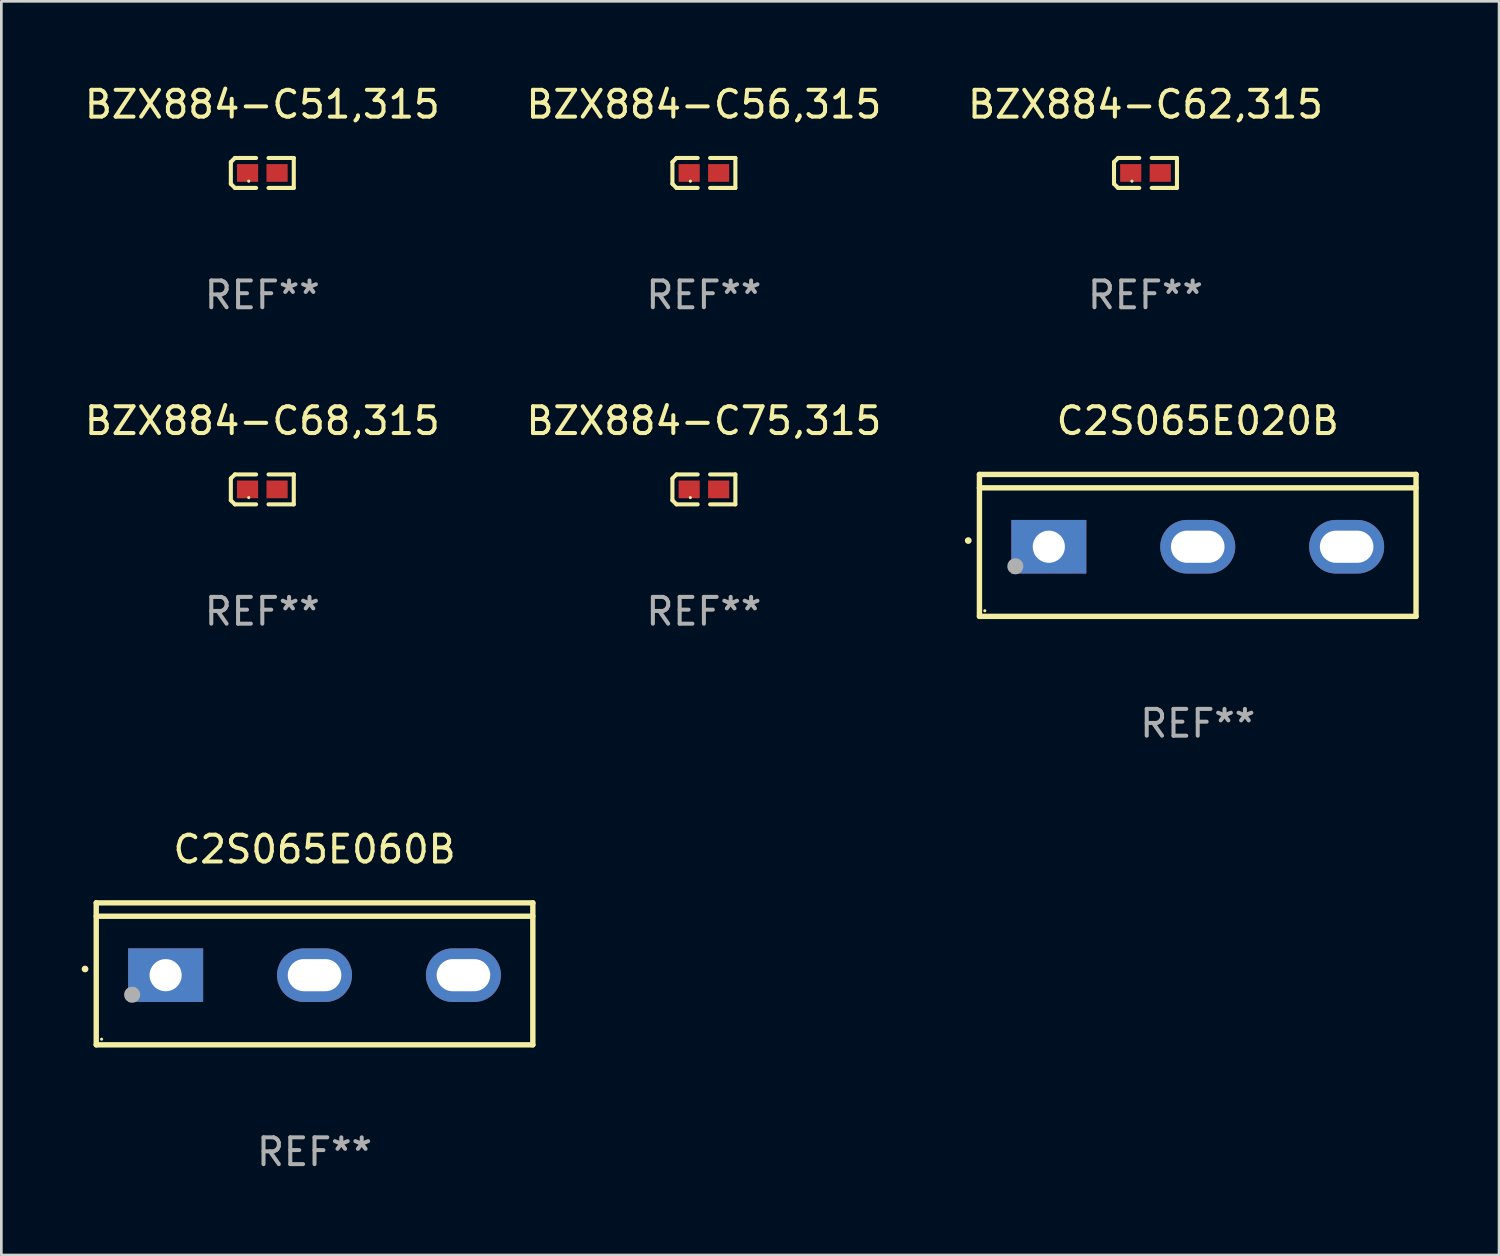
<source format=kicad_pcb>
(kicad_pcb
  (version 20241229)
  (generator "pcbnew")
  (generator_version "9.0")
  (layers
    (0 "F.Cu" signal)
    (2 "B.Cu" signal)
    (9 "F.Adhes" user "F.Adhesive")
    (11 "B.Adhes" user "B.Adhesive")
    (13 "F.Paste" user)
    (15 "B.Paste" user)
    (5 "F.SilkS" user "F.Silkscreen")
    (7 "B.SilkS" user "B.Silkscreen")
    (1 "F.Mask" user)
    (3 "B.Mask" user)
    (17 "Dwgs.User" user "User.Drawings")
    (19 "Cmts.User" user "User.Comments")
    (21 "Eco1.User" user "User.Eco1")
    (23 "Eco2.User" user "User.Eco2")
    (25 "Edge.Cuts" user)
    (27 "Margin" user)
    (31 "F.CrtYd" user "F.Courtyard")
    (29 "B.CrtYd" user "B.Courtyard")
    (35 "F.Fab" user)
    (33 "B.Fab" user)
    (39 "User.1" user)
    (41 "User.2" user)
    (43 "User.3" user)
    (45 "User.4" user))
  (footprint "C2S065E060B"
    (layer "F.Cu")
    (at 8.694 33.311)
    (property "Reference" "C2S065E060B" (at 0 -4.65 0) (layer "F.SilkS") (effects (font (size 1 1) (thickness 0.15))))
    (attr through_hole)
    (fp_line (start -8.151 -2.65) (end -8.151 2.65) (stroke (width 0.201) (type solid)) (layer "F.SilkS"))
    (fp_line (start 8.151 -2.65) (end -8.151 -2.65) (stroke (width 0.201) (type solid)) (layer "F.SilkS"))
    (fp_line (start 8.151 -2.15) (end -8.151 -2.15) (stroke (width 0.201) (type solid)) (layer "F.SilkS"))
    (fp_line (start 8.151 2.65) (end -8.151 2.65) (stroke (width 0.201) (type solid)) (layer "F.SilkS"))
    (fp_line (start 8.151 2.65) (end 8.151 -2.65) (stroke (width 0.201) (type solid)) (layer "F.SilkS"))
    (fp_arc (start -8.570003 -0.18048) (mid -8.568733 -0.180486) (end -8.567463 -0.18048) (stroke (width 0.24892) (type solid)) (layer "F.SilkS"))
    (fp_circle (center -7.95 2.44) (end -7.92 2.44) (stroke (width 0.06) (type solid)) (fill no) (layer "F.SilkS"))
    (fp_circle (center -6.81 0.78) (end -6.66 0.78) (stroke (width 0.3) (type solid)) (fill no) (layer "F.Fab"))
    (fp_text user "REF**" (at 0 6.65 0) (layer "F.Fab") (effects (font (size 1 1) (thickness 0.15))))
    (pad "1" thru_hole rect (at -5.56 0.05 90) (size 2 2.8) (drill 1.2) (layers "*.Cu" "*.Mask"))
    (pad "2" thru_hole oval (at 0 0.05 90) (size 2 2.8) (drill oval 1.2 2) (layers "*.Cu" "*.Mask"))
    (pad "3" thru_hole oval (at 5.56 0.05 90) (size 2 2.8) (drill oval 1.2 2) (layers "*.Cu" "*.Mask")))
  (footprint "C2S065E020B"
    (layer "F.Cu")
    (at 41.671 17.314)
    (property "Reference" "C2S065E020B" (at 0 -4.65 0) (layer "F.SilkS") (effects (font (size 1 1) (thickness 0.15))))
    (attr through_hole)
    (fp_line (start -8.151 -2.65) (end -8.151 2.65) (stroke (width 0.201) (type solid)) (layer "F.SilkS"))
    (fp_line (start 8.151 -2.65) (end -8.151 -2.65) (stroke (width 0.201) (type solid)) (layer "F.SilkS"))
    (fp_line (start 8.151 -2.15) (end -8.151 -2.15) (stroke (width 0.201) (type solid)) (layer "F.SilkS"))
    (fp_line (start 8.151 2.65) (end -8.151 2.65) (stroke (width 0.201) (type solid)) (layer "F.SilkS"))
    (fp_line (start 8.151 2.65) (end 8.151 -2.65) (stroke (width 0.201) (type solid)) (layer "F.SilkS"))
    (fp_arc (start -8.570003 -0.18048) (mid -8.568733 -0.180486) (end -8.567463 -0.18048) (stroke (width 0.24892) (type solid)) (layer "F.SilkS"))
    (fp_circle (center -7.95 2.44) (end -7.92 2.44) (stroke (width 0.06) (type solid)) (fill no) (layer "F.SilkS"))
    (fp_circle (center -6.81 0.78) (end -6.66 0.78) (stroke (width 0.3) (type solid)) (fill no) (layer "F.Fab"))
    (fp_text user "REF**" (at 0 6.65 0) (layer "F.Fab") (effects (font (size 1 1) (thickness 0.15))))
    (pad "1" thru_hole rect (at -5.56 0.05 90) (size 2 2.8) (drill 1.2) (layers "*.Cu" "*.Mask"))
    (pad "2" thru_hole oval (at 0 0.05 90) (size 2 2.8) (drill oval 1.2 2) (layers "*.Cu" "*.Mask"))
    (pad "3" thru_hole oval (at 5.56 0.05 90) (size 2 2.8) (drill oval 1.2 2) (layers "*.Cu" "*.Mask")))
  (footprint "BZX884-C62,315"
    (layer "F.Cu")
    (at 39.72 3.408)
    (property "Reference" "BZX884-C62,315" (at 0 -2.559 0) (layer "F.SilkS") (effects (font (size 1 1) (thickness 0.15))))
    (attr through_hole)
    (fp_line (start -1.175 -0.407) (end -1.023 -0.559) (stroke (width 0.152) (type solid)) (layer "F.SilkS"))
    (fp_line (start -1.175 0.407) (end -1.175 -0.407) (stroke (width 0.152) (type solid)) (layer "F.SilkS"))
    (fp_line (start -1.023 -0.559) (end -0.232 -0.559) (stroke (width 0.152) (type solid)) (layer "F.SilkS"))
    (fp_line (start -1.023 0.559) (end -1.175 0.407) (stroke (width 0.152) (type solid)) (layer "F.SilkS"))
    (fp_line (start -0.232 0.559) (end -1.023 0.559) (stroke (width 0.152) (type solid)) (layer "F.SilkS"))
    (fp_line (start 0.232 0.559) (end 1.175 0.559) (stroke (width 0.152) (type solid)) (layer "F.SilkS"))
    (fp_line (start 1.175 -0.559) (end 0.232 -0.559) (stroke (width 0.152) (type solid)) (layer "F.SilkS"))
    (fp_line (start 1.175 0.559) (end 1.175 -0.559) (stroke (width 0.152) (type solid)) (layer "F.SilkS"))
    (fp_circle (center -0.506 0.306) (end -0.476 0.306) (stroke (width 0.06) (type solid)) (fill no) (layer "F.SilkS"))
    (fp_text user "REF**" (at 0 4.559 0) (layer "F.Fab") (effects (font (size 1 1) (thickness 0.15))))
    (pad "1" smd rect (at -0.551 0) (size 0.79 0.661) (layers "F.Cu" "F.Mask" "F.Paste"))
    (pad "2" smd rect (at 0.551 0) (size 0.79 0.661) (layers "F.Cu" "F.Mask" "F.Paste")))
  (footprint "BZX884-C68,315"
    (layer "F.Cu")
    (at 6.744 15.223)
    (property "Reference" "BZX884-C68,315" (at 0 -2.559 0) (layer "F.SilkS") (effects (font (size 1 1) (thickness 0.15))))
    (attr through_hole)
    (fp_line (start -1.175 -0.407) (end -1.023 -0.559) (stroke (width 0.152) (type solid)) (layer "F.SilkS"))
    (fp_line (start -1.175 0.407) (end -1.175 -0.407) (stroke (width 0.152) (type solid)) (layer "F.SilkS"))
    (fp_line (start -1.023 -0.559) (end -0.232 -0.559) (stroke (width 0.152) (type solid)) (layer "F.SilkS"))
    (fp_line (start -1.023 0.559) (end -1.175 0.407) (stroke (width 0.152) (type solid)) (layer "F.SilkS"))
    (fp_line (start -0.232 0.559) (end -1.023 0.559) (stroke (width 0.152) (type solid)) (layer "F.SilkS"))
    (fp_line (start 0.232 0.559) (end 1.175 0.559) (stroke (width 0.152) (type solid)) (layer "F.SilkS"))
    (fp_line (start 1.175 -0.559) (end 0.232 -0.559) (stroke (width 0.152) (type solid)) (layer "F.SilkS"))
    (fp_line (start 1.175 0.559) (end 1.175 -0.559) (stroke (width 0.152) (type solid)) (layer "F.SilkS"))
    (fp_circle (center -0.506 0.306) (end -0.476 0.306) (stroke (width 0.06) (type solid)) (fill no) (layer "F.SilkS"))
    (fp_text user "REF**" (at 0 4.559 0) (layer "F.Fab") (effects (font (size 1 1) (thickness 0.15))))
    (pad "1" smd rect (at -0.551 0) (size 0.79 0.661) (layers "F.Cu" "F.Mask" "F.Paste"))
    (pad "2" smd rect (at 0.551 0) (size 0.79 0.661) (layers "F.Cu" "F.Mask" "F.Paste")))
  (footprint "BZX884-C75,315"
    (layer "F.Cu")
    (at 23.232 15.223)
    (property "Reference" "BZX884-C75,315" (at 0 -2.559 0) (layer "F.SilkS") (effects (font (size 1 1) (thickness 0.15))))
    (attr through_hole)
    (fp_line (start -1.175 -0.407) (end -1.023 -0.559) (stroke (width 0.152) (type solid)) (layer "F.SilkS"))
    (fp_line (start -1.175 0.407) (end -1.175 -0.407) (stroke (width 0.152) (type solid)) (layer "F.SilkS"))
    (fp_line (start -1.023 -0.559) (end -0.232 -0.559) (stroke (width 0.152) (type solid)) (layer "F.SilkS"))
    (fp_line (start -1.023 0.559) (end -1.175 0.407) (stroke (width 0.152) (type solid)) (layer "F.SilkS"))
    (fp_line (start -0.232 0.559) (end -1.023 0.559) (stroke (width 0.152) (type solid)) (layer "F.SilkS"))
    (fp_line (start 0.232 0.559) (end 1.175 0.559) (stroke (width 0.152) (type solid)) (layer "F.SilkS"))
    (fp_line (start 1.175 -0.559) (end 0.232 -0.559) (stroke (width 0.152) (type solid)) (layer "F.SilkS"))
    (fp_line (start 1.175 0.559) (end 1.175 -0.559) (stroke (width 0.152) (type solid)) (layer "F.SilkS"))
    (fp_circle (center -0.506 0.306) (end -0.476 0.306) (stroke (width 0.06) (type solid)) (fill no) (layer "F.SilkS"))
    (fp_text user "REF**" (at 0 4.559 0) (layer "F.Fab") (effects (font (size 1 1) (thickness 0.15))))
    (pad "1" smd rect (at -0.551 0) (size 0.79 0.661) (layers "F.Cu" "F.Mask" "F.Paste"))
    (pad "2" smd rect (at 0.551 0) (size 0.79 0.661) (layers "F.Cu" "F.Mask" "F.Paste")))
  (footprint "BZX884-C51,315"
    (layer "F.Cu")
    (at 6.744 3.408)
    (property "Reference" "BZX884-C51,315" (at 0 -2.559 0) (layer "F.SilkS") (effects (font (size 1 1) (thickness 0.15))))
    (attr through_hole)
    (fp_line (start -1.175 -0.407) (end -1.023 -0.559) (stroke (width 0.152) (type solid)) (layer "F.SilkS"))
    (fp_line (start -1.175 0.407) (end -1.175 -0.407) (stroke (width 0.152) (type solid)) (layer "F.SilkS"))
    (fp_line (start -1.023 -0.559) (end -0.232 -0.559) (stroke (width 0.152) (type solid)) (layer "F.SilkS"))
    (fp_line (start -1.023 0.559) (end -1.175 0.407) (stroke (width 0.152) (type solid)) (layer "F.SilkS"))
    (fp_line (start -0.232 0.559) (end -1.023 0.559) (stroke (width 0.152) (type solid)) (layer "F.SilkS"))
    (fp_line (start 0.232 0.559) (end 1.175 0.559) (stroke (width 0.152) (type solid)) (layer "F.SilkS"))
    (fp_line (start 1.175 -0.559) (end 0.232 -0.559) (stroke (width 0.152) (type solid)) (layer "F.SilkS"))
    (fp_line (start 1.175 0.559) (end 1.175 -0.559) (stroke (width 0.152) (type solid)) (layer "F.SilkS"))
    (fp_circle (center -0.506 0.306) (end -0.476 0.306) (stroke (width 0.06) (type solid)) (fill no) (layer "F.SilkS"))
    (fp_text user "REF**" (at 0 4.559 0) (layer "F.Fab") (effects (font (size 1 1) (thickness 0.15))))
    (pad "1" smd rect (at -0.551 0) (size 0.79 0.661) (layers "F.Cu" "F.Mask" "F.Paste"))
    (pad "2" smd rect (at 0.551 0) (size 0.79 0.661) (layers "F.Cu" "F.Mask" "F.Paste")))
  (footprint "BZX884-C56,315"
    (layer "F.Cu")
    (at 23.232 3.408)
    (property "Reference" "BZX884-C56,315" (at 0 -2.559 0) (layer "F.SilkS") (effects (font (size 1 1) (thickness 0.15))))
    (attr through_hole)
    (fp_line (start -1.175 -0.407) (end -1.023 -0.559) (stroke (width 0.152) (type solid)) (layer "F.SilkS"))
    (fp_line (start -1.175 0.407) (end -1.175 -0.407) (stroke (width 0.152) (type solid)) (layer "F.SilkS"))
    (fp_line (start -1.023 -0.559) (end -0.232 -0.559) (stroke (width 0.152) (type solid)) (layer "F.SilkS"))
    (fp_line (start -1.023 0.559) (end -1.175 0.407) (stroke (width 0.152) (type solid)) (layer "F.SilkS"))
    (fp_line (start -0.232 0.559) (end -1.023 0.559) (stroke (width 0.152) (type solid)) (layer "F.SilkS"))
    (fp_line (start 0.232 0.559) (end 1.175 0.559) (stroke (width 0.152) (type solid)) (layer "F.SilkS"))
    (fp_line (start 1.175 -0.559) (end 0.232 -0.559) (stroke (width 0.152) (type solid)) (layer "F.SilkS"))
    (fp_line (start 1.175 0.559) (end 1.175 -0.559) (stroke (width 0.152) (type solid)) (layer "F.SilkS"))
    (fp_circle (center -0.506 0.306) (end -0.476 0.306) (stroke (width 0.06) (type solid)) (fill no) (layer "F.SilkS"))
    (fp_text user "REF**" (at 0 4.559 0) (layer "F.Fab") (effects (font (size 1 1) (thickness 0.15))))
    (pad "1" smd rect (at -0.551 0) (size 0.79 0.661) (layers "F.Cu" "F.Mask" "F.Paste"))
    (pad "2" smd rect (at 0.551 0) (size 0.79 0.661) (layers "F.Cu" "F.Mask" "F.Paste")))
  (gr_rect
    (start -3 -3)
    (end 52.922 43.81)
    (stroke (width 0.1) (type default))
    (fill no)
    (layer "Edge.Cuts")))
</source>
